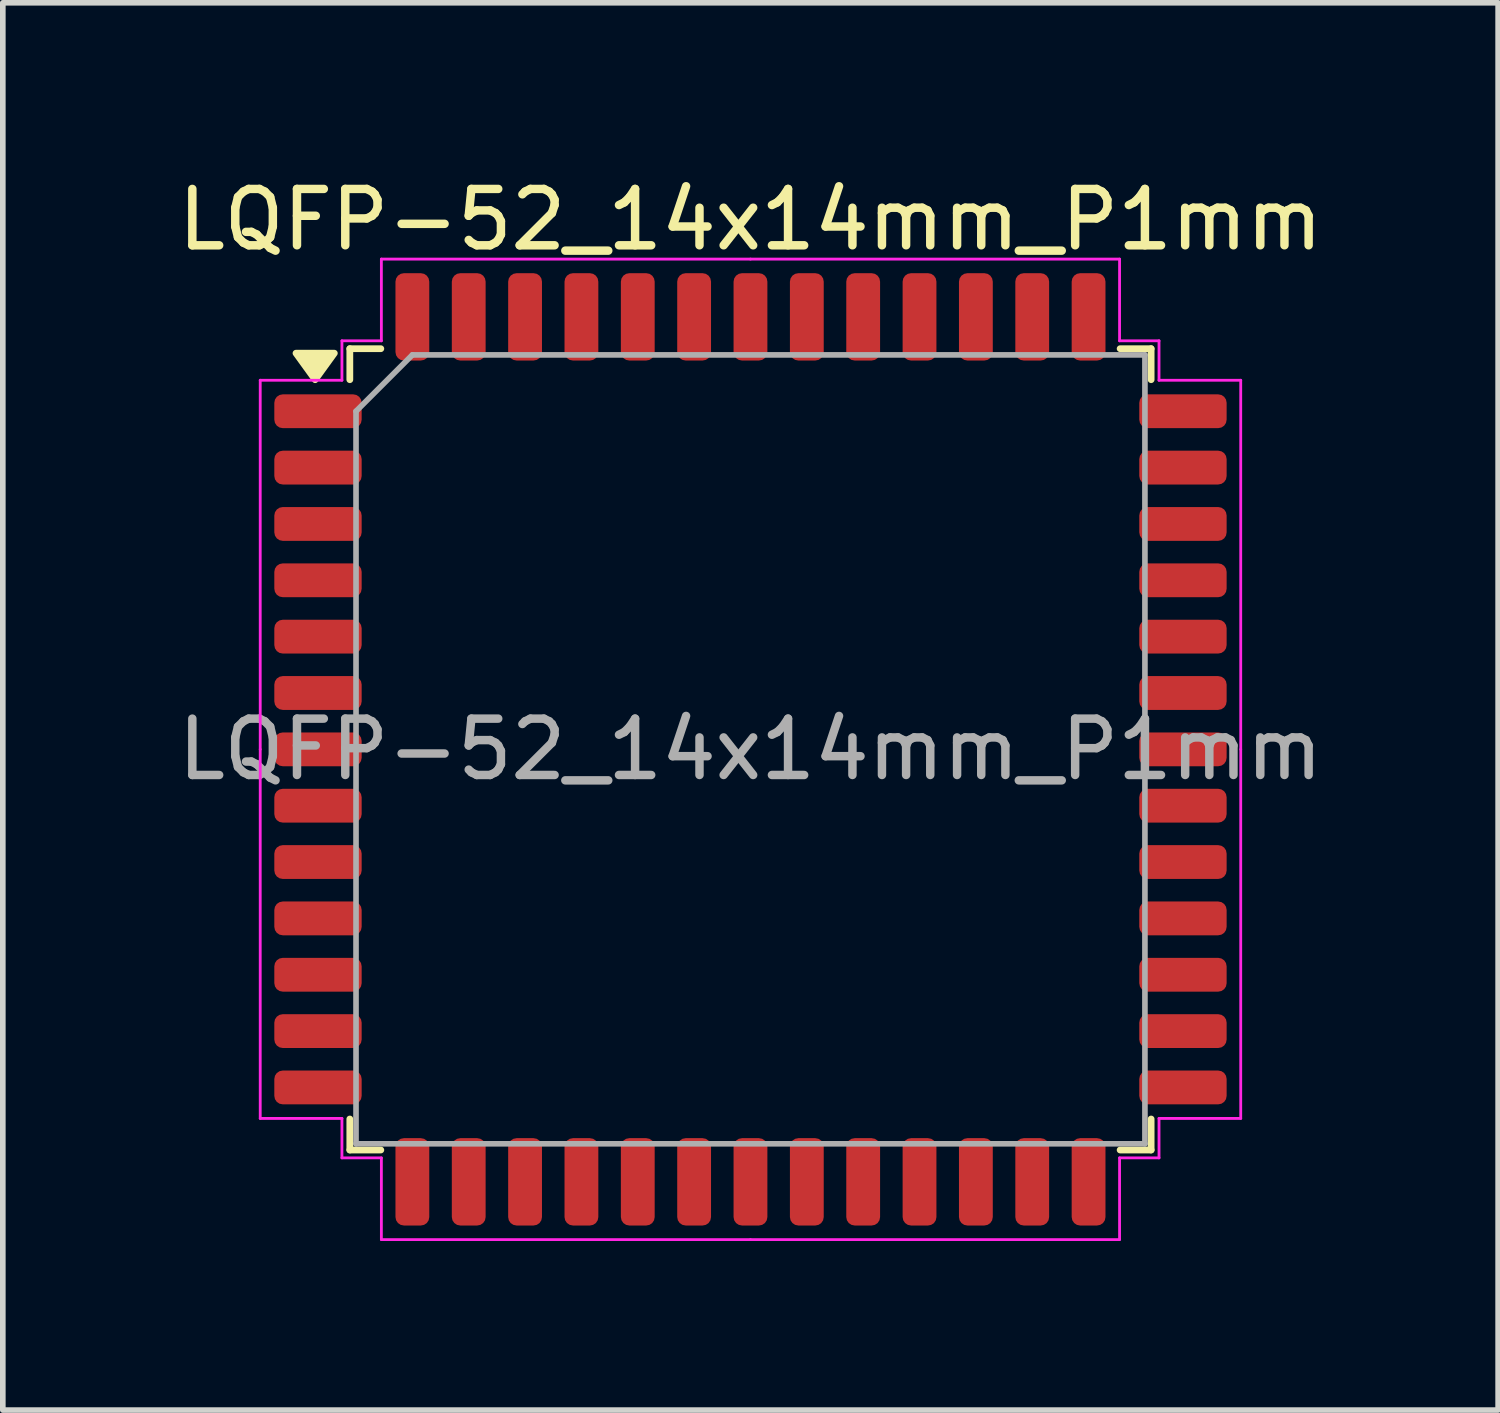
<source format=kicad_pcb>
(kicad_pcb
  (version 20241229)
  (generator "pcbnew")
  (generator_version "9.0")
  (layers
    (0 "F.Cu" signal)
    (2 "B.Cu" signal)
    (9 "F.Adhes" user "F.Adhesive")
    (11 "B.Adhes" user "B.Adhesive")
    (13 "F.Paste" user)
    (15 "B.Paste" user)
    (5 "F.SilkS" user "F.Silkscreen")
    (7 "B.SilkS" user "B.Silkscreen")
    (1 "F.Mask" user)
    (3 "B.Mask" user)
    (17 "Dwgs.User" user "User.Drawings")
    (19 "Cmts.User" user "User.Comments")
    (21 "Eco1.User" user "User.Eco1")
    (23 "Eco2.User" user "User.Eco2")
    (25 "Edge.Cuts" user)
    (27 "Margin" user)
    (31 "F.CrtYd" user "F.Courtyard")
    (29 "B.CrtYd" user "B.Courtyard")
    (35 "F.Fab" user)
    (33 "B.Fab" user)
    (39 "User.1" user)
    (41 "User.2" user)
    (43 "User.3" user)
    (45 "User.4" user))
  (footprint "LQFP-52_14x14mm_P1mm"
    (layer "F.Cu")
    (at 10.268 10.248)
    (property "Reference" "LQFP-52_14x14mm_P1mm" (at 0 -9.4 0) (layer "F.SilkS") (effects (font (size 1 1) (thickness 0.15))))
    (attr smd)
    (fp_line (start -7.11 -7.11) (end -7.11 -6.56) (stroke (width 0.12) (type solid)) (layer "F.SilkS"))
    (fp_line (start -7.11 7.11) (end -7.11 6.56) (stroke (width 0.12) (type solid)) (layer "F.SilkS"))
    (fp_line (start -6.56 -7.11) (end -7.11 -7.11) (stroke (width 0.12) (type solid)) (layer "F.SilkS"))
    (fp_line (start -6.56 7.11) (end -7.11 7.11) (stroke (width 0.12) (type solid)) (layer "F.SilkS"))
    (fp_line (start 6.56 -7.11) (end 7.11 -7.11) (stroke (width 0.12) (type solid)) (layer "F.SilkS"))
    (fp_line (start 6.56 7.11) (end 7.11 7.11) (stroke (width 0.12) (type solid)) (layer "F.SilkS"))
    (fp_line (start 7.11 -7.11) (end 7.11 -6.56) (stroke (width 0.12) (type solid)) (layer "F.SilkS"))
    (fp_line (start 7.11 7.11) (end 7.11 6.56) (stroke (width 0.12) (type solid)) (layer "F.SilkS"))
    (fp_poly (pts (xy -7.725 -6.56) (xy -8.065 -7.03) (xy -7.385 -7.03) (xy -7.725 -6.56)) (stroke (width 0.12) (type solid)) (fill yes) (layer "F.SilkS"))
    (fp_line (start -8.7 -6.55) (end -8.7 0) (stroke (width 0.05) (type solid)) (layer "F.CrtYd"))
    (fp_line (start -8.7 6.55) (end -8.7 0) (stroke (width 0.05) (type solid)) (layer "F.CrtYd"))
    (fp_line (start -7.25 -7.25) (end -7.25 -6.55) (stroke (width 0.05) (type solid)) (layer "F.CrtYd"))
    (fp_line (start -7.25 -6.55) (end -8.7 -6.55) (stroke (width 0.05) (type solid)) (layer "F.CrtYd"))
    (fp_line (start -7.25 6.55) (end -8.7 6.55) (stroke (width 0.05) (type solid)) (layer "F.CrtYd"))
    (fp_line (start -7.25 7.25) (end -7.25 6.55) (stroke (width 0.05) (type solid)) (layer "F.CrtYd"))
    (fp_line (start -6.55 -8.7) (end -6.55 -7.25) (stroke (width 0.05) (type solid)) (layer "F.CrtYd"))
    (fp_line (start -6.55 -7.25) (end -7.25 -7.25) (stroke (width 0.05) (type solid)) (layer "F.CrtYd"))
    (fp_line (start -6.55 7.25) (end -7.25 7.25) (stroke (width 0.05) (type solid)) (layer "F.CrtYd"))
    (fp_line (start -6.55 8.7) (end -6.55 7.25) (stroke (width 0.05) (type solid)) (layer "F.CrtYd"))
    (fp_line (start 0 -8.7) (end -6.55 -8.7) (stroke (width 0.05) (type solid)) (layer "F.CrtYd"))
    (fp_line (start 0 -8.7) (end 6.55 -8.7) (stroke (width 0.05) (type solid)) (layer "F.CrtYd"))
    (fp_line (start 0 8.7) (end -6.55 8.7) (stroke (width 0.05) (type solid)) (layer "F.CrtYd"))
    (fp_line (start 0 8.7) (end 6.55 8.7) (stroke (width 0.05) (type solid)) (layer "F.CrtYd"))
    (fp_line (start 6.55 -8.7) (end 6.55 -7.25) (stroke (width 0.05) (type solid)) (layer "F.CrtYd"))
    (fp_line (start 6.55 -7.25) (end 7.25 -7.25) (stroke (width 0.05) (type solid)) (layer "F.CrtYd"))
    (fp_line (start 6.55 7.25) (end 7.25 7.25) (stroke (width 0.05) (type solid)) (layer "F.CrtYd"))
    (fp_line (start 6.55 8.7) (end 6.55 7.25) (stroke (width 0.05) (type solid)) (layer "F.CrtYd"))
    (fp_line (start 7.25 -7.25) (end 7.25 -6.55) (stroke (width 0.05) (type solid)) (layer "F.CrtYd"))
    (fp_line (start 7.25 -6.55) (end 8.7 -6.55) (stroke (width 0.05) (type solid)) (layer "F.CrtYd"))
    (fp_line (start 7.25 6.55) (end 8.7 6.55) (stroke (width 0.05) (type solid)) (layer "F.CrtYd"))
    (fp_line (start 7.25 7.25) (end 7.25 6.55) (stroke (width 0.05) (type solid)) (layer "F.CrtYd"))
    (fp_line (start 8.7 -6.55) (end 8.7 0) (stroke (width 0.05) (type solid)) (layer "F.CrtYd"))
    (fp_line (start 8.7 6.55) (end 8.7 0) (stroke (width 0.05) (type solid)) (layer "F.CrtYd"))
    (fp_line (start -7 -6) (end -6 -7) (stroke (width 0.1) (type solid)) (layer "F.Fab"))
    (fp_line (start -7 7) (end -7 -6) (stroke (width 0.1) (type solid)) (layer "F.Fab"))
    (fp_line (start -6 -7) (end 7 -7) (stroke (width 0.1) (type solid)) (layer "F.Fab"))
    (fp_line (start 7 -7) (end 7 7) (stroke (width 0.1) (type solid)) (layer "F.Fab"))
    (fp_line (start 7 7) (end -7 7) (stroke (width 0.1) (type solid)) (layer "F.Fab"))
    (fp_text user "${REFERENCE}" (at 0 0 0) (layer "F.Fab") (effects (font (size 1 1) (thickness 0.15))))
    (pad "1" smd roundrect (at -7.675 -6) (size 1.55 0.6) (layers "F.Cu" "F.Mask" "F.Paste") (roundrect_rratio 0.25))
    (pad "2" smd roundrect (at -7.675 -5) (size 1.55 0.6) (layers "F.Cu" "F.Mask" "F.Paste") (roundrect_rratio 0.25))
    (pad "3" smd roundrect (at -7.675 -4) (size 1.55 0.6) (layers "F.Cu" "F.Mask" "F.Paste") (roundrect_rratio 0.25))
    (pad "4" smd roundrect (at -7.675 -3) (size 1.55 0.6) (layers "F.Cu" "F.Mask" "F.Paste") (roundrect_rratio 0.25))
    (pad "5" smd roundrect (at -7.675 -2) (size 1.55 0.6) (layers "F.Cu" "F.Mask" "F.Paste") (roundrect_rratio 0.25))
    (pad "6" smd roundrect (at -7.675 -1) (size 1.55 0.6) (layers "F.Cu" "F.Mask" "F.Paste") (roundrect_rratio 0.25))
    (pad "7" smd roundrect (at -7.675 0) (size 1.55 0.6) (layers "F.Cu" "F.Mask" "F.Paste") (roundrect_rratio 0.25))
    (pad "8" smd roundrect (at -7.675 1) (size 1.55 0.6) (layers "F.Cu" "F.Mask" "F.Paste") (roundrect_rratio 0.25))
    (pad "9" smd roundrect (at -7.675 2) (size 1.55 0.6) (layers "F.Cu" "F.Mask" "F.Paste") (roundrect_rratio 0.25))
    (pad "10" smd roundrect (at -7.675 3) (size 1.55 0.6) (layers "F.Cu" "F.Mask" "F.Paste") (roundrect_rratio 0.25))
    (pad "11" smd roundrect (at -7.675 4) (size 1.55 0.6) (layers "F.Cu" "F.Mask" "F.Paste") (roundrect_rratio 0.25))
    (pad "12" smd roundrect (at -7.675 5) (size 1.55 0.6) (layers "F.Cu" "F.Mask" "F.Paste") (roundrect_rratio 0.25))
    (pad "13" smd roundrect (at -7.675 6) (size 1.55 0.6) (layers "F.Cu" "F.Mask" "F.Paste") (roundrect_rratio 0.25))
    (pad "14" smd roundrect (at -6 7.675) (size 0.6 1.55) (layers "F.Cu" "F.Mask" "F.Paste") (roundrect_rratio 0.25))
    (pad "15" smd roundrect (at -5 7.675) (size 0.6 1.55) (layers "F.Cu" "F.Mask" "F.Paste") (roundrect_rratio 0.25))
    (pad "16" smd roundrect (at -4 7.675) (size 0.6 1.55) (layers "F.Cu" "F.Mask" "F.Paste") (roundrect_rratio 0.25))
    (pad "17" smd roundrect (at -3 7.675) (size 0.6 1.55) (layers "F.Cu" "F.Mask" "F.Paste") (roundrect_rratio 0.25))
    (pad "18" smd roundrect (at -2 7.675) (size 0.6 1.55) (layers "F.Cu" "F.Mask" "F.Paste") (roundrect_rratio 0.25))
    (pad "19" smd roundrect (at -1 7.675) (size 0.6 1.55) (layers "F.Cu" "F.Mask" "F.Paste") (roundrect_rratio 0.25))
    (pad "20" smd roundrect (at 0 7.675) (size 0.6 1.55) (layers "F.Cu" "F.Mask" "F.Paste") (roundrect_rratio 0.25))
    (pad "21" smd roundrect (at 1 7.675) (size 0.6 1.55) (layers "F.Cu" "F.Mask" "F.Paste") (roundrect_rratio 0.25))
    (pad "22" smd roundrect (at 2 7.675) (size 0.6 1.55) (layers "F.Cu" "F.Mask" "F.Paste") (roundrect_rratio 0.25))
    (pad "23" smd roundrect (at 3 7.675) (size 0.6 1.55) (layers "F.Cu" "F.Mask" "F.Paste") (roundrect_rratio 0.25))
    (pad "24" smd roundrect (at 4 7.675) (size 0.6 1.55) (layers "F.Cu" "F.Mask" "F.Paste") (roundrect_rratio 0.25))
    (pad "25" smd roundrect (at 5 7.675) (size 0.6 1.55) (layers "F.Cu" "F.Mask" "F.Paste") (roundrect_rratio 0.25))
    (pad "26" smd roundrect (at 6 7.675) (size 0.6 1.55) (layers "F.Cu" "F.Mask" "F.Paste") (roundrect_rratio 0.25))
    (pad "27" smd roundrect (at 7.675 6) (size 1.55 0.6) (layers "F.Cu" "F.Mask" "F.Paste") (roundrect_rratio 0.25))
    (pad "28" smd roundrect (at 7.675 5) (size 1.55 0.6) (layers "F.Cu" "F.Mask" "F.Paste") (roundrect_rratio 0.25))
    (pad "29" smd roundrect (at 7.675 4) (size 1.55 0.6) (layers "F.Cu" "F.Mask" "F.Paste") (roundrect_rratio 0.25))
    (pad "30" smd roundrect (at 7.675 3) (size 1.55 0.6) (layers "F.Cu" "F.Mask" "F.Paste") (roundrect_rratio 0.25))
    (pad "31" smd roundrect (at 7.675 2) (size 1.55 0.6) (layers "F.Cu" "F.Mask" "F.Paste") (roundrect_rratio 0.25))
    (pad "32" smd roundrect (at 7.675 1) (size 1.55 0.6) (layers "F.Cu" "F.Mask" "F.Paste") (roundrect_rratio 0.25))
    (pad "33" smd roundrect (at 7.675 0) (size 1.55 0.6) (layers "F.Cu" "F.Mask" "F.Paste") (roundrect_rratio 0.25))
    (pad "34" smd roundrect (at 7.675 -1) (size 1.55 0.6) (layers "F.Cu" "F.Mask" "F.Paste") (roundrect_rratio 0.25))
    (pad "35" smd roundrect (at 7.675 -2) (size 1.55 0.6) (layers "F.Cu" "F.Mask" "F.Paste") (roundrect_rratio 0.25))
    (pad "36" smd roundrect (at 7.675 -3) (size 1.55 0.6) (layers "F.Cu" "F.Mask" "F.Paste") (roundrect_rratio 0.25))
    (pad "37" smd roundrect (at 7.675 -4) (size 1.55 0.6) (layers "F.Cu" "F.Mask" "F.Paste") (roundrect_rratio 0.25))
    (pad "38" smd roundrect (at 7.675 -5) (size 1.55 0.6) (layers "F.Cu" "F.Mask" "F.Paste") (roundrect_rratio 0.25))
    (pad "39" smd roundrect (at 7.675 -6) (size 1.55 0.6) (layers "F.Cu" "F.Mask" "F.Paste") (roundrect_rratio 0.25))
    (pad "40" smd roundrect (at 6 -7.675) (size 0.6 1.55) (layers "F.Cu" "F.Mask" "F.Paste") (roundrect_rratio 0.25))
    (pad "41" smd roundrect (at 5 -7.675) (size 0.6 1.55) (layers "F.Cu" "F.Mask" "F.Paste") (roundrect_rratio 0.25))
    (pad "42" smd roundrect (at 4 -7.675) (size 0.6 1.55) (layers "F.Cu" "F.Mask" "F.Paste") (roundrect_rratio 0.25))
    (pad "43" smd roundrect (at 3 -7.675) (size 0.6 1.55) (layers "F.Cu" "F.Mask" "F.Paste") (roundrect_rratio 0.25))
    (pad "44" smd roundrect (at 2 -7.675) (size 0.6 1.55) (layers "F.Cu" "F.Mask" "F.Paste") (roundrect_rratio 0.25))
    (pad "45" smd roundrect (at 1 -7.675) (size 0.6 1.55) (layers "F.Cu" "F.Mask" "F.Paste") (roundrect_rratio 0.25))
    (pad "46" smd roundrect (at 0 -7.675) (size 0.6 1.55) (layers "F.Cu" "F.Mask" "F.Paste") (roundrect_rratio 0.25))
    (pad "47" smd roundrect (at -1 -7.675) (size 0.6 1.55) (layers "F.Cu" "F.Mask" "F.Paste") (roundrect_rratio 0.25))
    (pad "48" smd roundrect (at -2 -7.675) (size 0.6 1.55) (layers "F.Cu" "F.Mask" "F.Paste") (roundrect_rratio 0.25))
    (pad "49" smd roundrect (at -3 -7.675) (size 0.6 1.55) (layers "F.Cu" "F.Mask" "F.Paste") (roundrect_rratio 0.25))
    (pad "50" smd roundrect (at -4 -7.675) (size 0.6 1.55) (layers "F.Cu" "F.Mask" "F.Paste") (roundrect_rratio 0.25))
    (pad "51" smd roundrect (at -5 -7.675) (size 0.6 1.55) (layers "F.Cu" "F.Mask" "F.Paste") (roundrect_rratio 0.25))
    (pad "52" smd roundrect (at -6 -7.675) (size 0.6 1.55) (layers "F.Cu" "F.Mask" "F.Paste") (roundrect_rratio 0.25)))
  (gr_rect
    (start -3 -3)
    (end 23.536 21.973)
    (stroke (width 0.1) (type default))
    (fill no)
    (layer "Edge.Cuts")))
</source>
